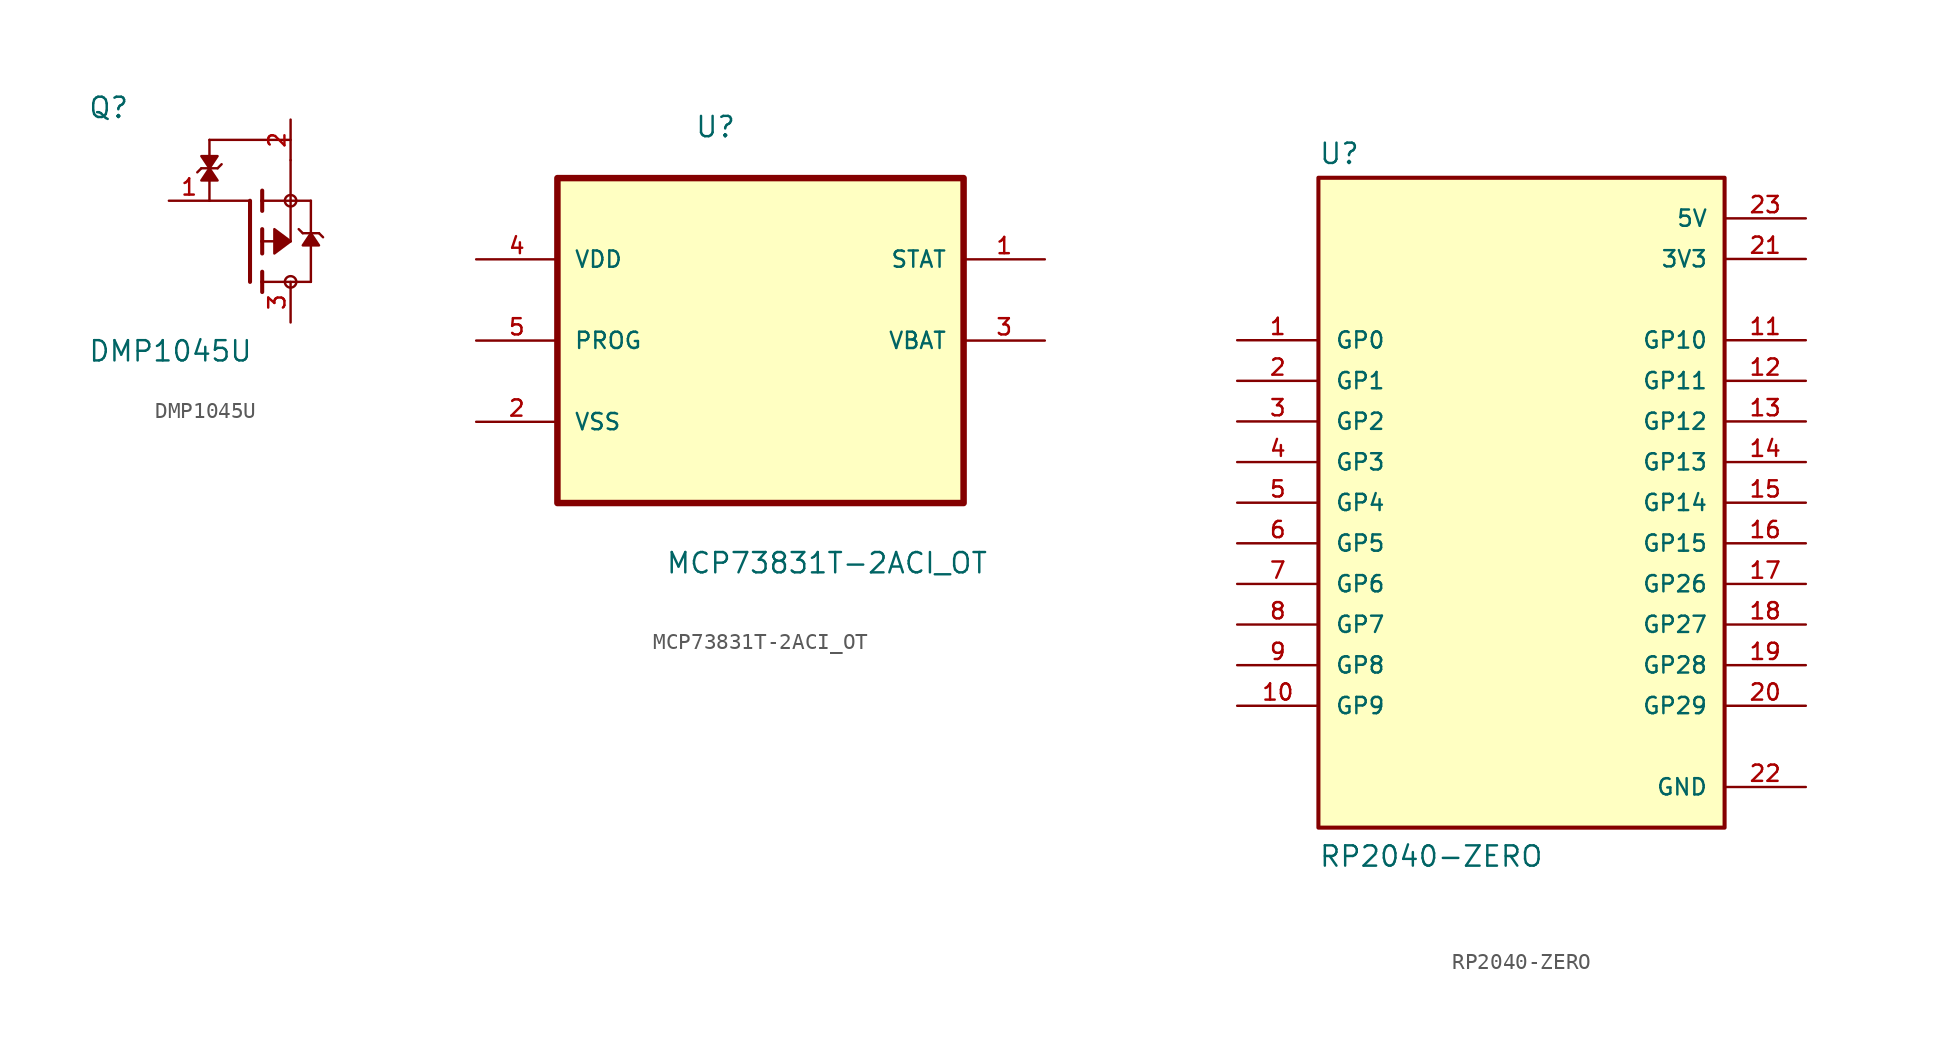
<source format=kicad_sym>
(kicad_symbol_lib
  (version 20231120)
  (generator "kicad_symbol_editor")
  (generator_version "8.0")
  (symbol "DMP1045U"
    (pin_names
      (offset 1.016))
    (property "Reference" "Q"
      (at -10.16 7.62 0)
      (effects (font (size 1.27 1.27)) (justify left bottom)))
    (property "Value" "DMP1045U"
      (at -10.16 -7.62 0)
      (effects (font (size 1.27 1.27)) (justify left bottom)))
    (symbol "DMP1045U_0_0"
      (polyline (pts (xy -3.048 4.572) (xy -3.302 4.318)) (stroke (width 0.152) (type default)) (fill (type none)))
      (polyline (pts (xy -2.54 2.54) (xy -2.54 4.572)) (stroke (width 0.152) (type default)) (fill (type none)))
      (polyline (pts (xy -2.54 2.54) (xy 0 2.54)) (stroke (width 0.152) (type default)) (fill (type none)))
      (polyline (pts (xy -2.54 4.572) (xy -3.048 4.572)) (stroke (width 0.152) (type default)) (fill (type none)))
      (polyline (pts (xy -2.54 6.35) (xy -2.54 5.334)) (stroke (width 0.152) (type default)) (fill (type none)))
      (polyline (pts (xy -2.54 6.35) (xy 2.54 6.35)) (stroke (width 0.152) (type default)) (fill (type none)))
      (polyline (pts (xy -2.032 4.572) (xy -2.54 4.572)) (stroke (width 0.152) (type default)) (fill (type none)))
      (polyline (pts (xy -1.778 4.826) (xy -2.032 4.572)) (stroke (width 0.152) (type default)) (fill (type none)))
      (polyline (pts (xy 0 -2.54) (xy 0 2.54)) (stroke (width 0.254) (type default)) (fill (type none)))
      (polyline (pts (xy 0.762 -3.175) (xy 0.762 -2.54)) (stroke (width 0.254) (type default)) (fill (type none)))
      (polyline (pts (xy 0.762 -2.54) (xy 0.762 -1.905)) (stroke (width 0.254) (type default)) (fill (type none)))
      (polyline (pts (xy 0.762 -2.54) (xy 3.81 -2.54)) (stroke (width 0.152) (type default)) (fill (type none)))
      (polyline (pts (xy 0.762 -0.762) (xy 0.762 0)) (stroke (width 0.254) (type default)) (fill (type none)))
      (polyline (pts (xy 0.762 0) (xy 0.762 0.762)) (stroke (width 0.254) (type default)) (fill (type none)))
      (polyline (pts (xy 0.762 0) (xy 2.54 0)) (stroke (width 0.152) (type default)) (fill (type none)))
      (polyline (pts (xy 0.762 1.905) (xy 0.762 2.54)) (stroke (width 0.254) (type default)) (fill (type none)))
      (polyline (pts (xy 0.762 2.54) (xy 0.762 3.175)) (stroke (width 0.254) (type default)) (fill (type none)))
      (polyline (pts (xy 2.54 0) (xy 2.54 2.54)) (stroke (width 0.152) (type default)) (fill (type none)))
      (polyline (pts (xy 2.54 2.54) (xy 0.762 2.54)) (stroke (width 0.152) (type default)) (fill (type none)))
      (polyline (pts (xy 2.54 2.54) (xy 2.54 5.08)) (stroke (width 0.152) (type default)) (fill (type none)))
      (polyline (pts (xy 2.54 2.54) (xy 3.81 2.54)) (stroke (width 0.152) (type default)) (fill (type none)))
      (polyline (pts (xy 3.048 0.762) (xy 3.302 0.508)) (stroke (width 0.152) (type default)) (fill (type none)))
      (polyline (pts (xy 3.302 0.508) (xy 3.81 0.508)) (stroke (width 0.152) (type default)) (fill (type none)))
      (polyline (pts (xy 3.81 -2.54) (xy 3.81 0.508)) (stroke (width 0.152) (type default)) (fill (type none)))
      (polyline (pts (xy 3.81 0.508) (xy 3.81 2.54)) (stroke (width 0.152) (type default)) (fill (type none)))
      (polyline (pts (xy 3.81 0.508) (xy 4.318 0.508)) (stroke (width 0.152) (type default)) (fill (type none)))
      (polyline (pts (xy 4.318 0.508) (xy 4.572 0.254)) (stroke (width 0.152) (type default)) (fill (type none)))
      (polyline (pts (xy -2.54 4.572) (xy -3.048 5.334) (xy -2.032 5.334) (xy -2.54 4.572)) (stroke (width 0.152) (type default)) (fill (type outline)))
      (polyline (pts (xy -2.54 4.572) (xy -2.032 3.81) (xy -3.048 3.81) (xy -2.54 4.572)) (stroke (width 0.152) (type default)) (fill (type outline)))
      (polyline (pts (xy 2.54 0) (xy 1.524 0.762) (xy 1.524 -0.762) (xy 2.54 0)) (stroke (width 0.152) (type default)) (fill (type outline)))
      (polyline (pts (xy 3.81 0.508) (xy 4.318 -0.254) (xy 3.302 -0.254) (xy 3.81 0.508)) (stroke (width 0.152) (type default)) (fill (type outline)))
      (circle (center 2.54 -2.54) (radius 0.359) (stroke (width 0) (type default)) (fill (type none)))
      (circle (center 2.54 2.54) (radius 0.359) (stroke (width 0) (type default)) (fill (type none)))
      (pin passive line (at -5.08 2.54 0) (length 2.54) (name "~" (effects (font (size 1.016 1.016)))) (number "1" (effects (font (size 1.016 1.016)))))
      (pin passive line (at 2.54 7.62 270) (length 2.54) (name "~" (effects (font (size 1.016 1.016)))) (number "2" (effects (font (size 1.016 1.016)))))
      (pin passive line (at 2.54 -5.08 90) (length 2.54) (name "~" (effects (font (size 1.016 1.016)))) (number "3" (effects (font (size 1.016 1.016)))))))
  (symbol "MCP73831T-2ACI_OT"
    (pin_names
      (offset 1.016))
    (property "Reference" "U"
      (at -4.123 10.078 0)
      (effects (font (size 1.27 1.27)) (justify left bottom)))
    (property "Value" "MCP73831T-2ACI_OT"
      (at -5.953 -17.196 0)
      (effects (font (size 1.27 1.27)) (justify left bottom)))
    (symbol "MCP73831T-2ACI_OT_0_0"
      (rectangle (start -12.7 -12.7) (end 12.7 7.62) (stroke (width 0.406) (type default)) (fill (type background)))
      (pin output line (at 17.78 2.54 180) (length 5.08) (name "STAT" (effects (font (size 1.016 1.016)))) (number "1" (effects (font (size 1.016 1.016)))))
      (pin power_in line (at -17.78 -7.62 0) (length 5.08) (name "VSS" (effects (font (size 1.016 1.016)))) (number "2" (effects (font (size 1.016 1.016)))))
      (pin output line (at 17.78 -2.54 180) (length 5.08) (name "VBAT" (effects (font (size 1.016 1.016)))) (number "3" (effects (font (size 1.016 1.016)))))
      (pin power_in line (at -17.78 2.54 0) (length 5.08) (name "VDD" (effects (font (size 1.016 1.016)))) (number "4" (effects (font (size 1.016 1.016)))))
      (pin input line (at -17.78 -2.54 0) (length 5.08) (name "PROG" (effects (font (size 1.016 1.016)))) (number "5" (effects (font (size 1.016 1.016)))))))
  (symbol "RP2040-ZERO"
    (pin_names
      (offset 1.016))
    (property "Reference" "U"
      (at -12.7 21.082 0)
      (effects (font (size 1.27 1.27)) (justify left bottom)))
    (property "Value" "RP2040-ZERO"
      (at -12.7 -22.86 0)
      (effects (font (size 1.27 1.27)) (justify left bottom)))
    (symbol "RP2040-ZERO_0_0"
      (rectangle (start -12.7 -20.32) (end 12.7 20.32) (stroke (width 0.254) (type default)) (fill (type background)))
      (pin bidirectional line (at -17.78 10.16 0) (length 5.08) (name "GP0" (effects (font (size 1.016 1.016)))) (number "1" (effects (font (size 1.016 1.016)))))
      (pin bidirectional line (at -17.78 -12.7 0) (length 5.08) (name "GP9" (effects (font (size 1.016 1.016)))) (number "10" (effects (font (size 1.016 1.016)))))
      (pin bidirectional line (at 17.78 10.16 180) (length 5.08) (name "GP10" (effects (font (size 1.016 1.016)))) (number "11" (effects (font (size 1.016 1.016)))))
      (pin bidirectional line (at 17.78 7.62 180) (length 5.08) (name "GP11" (effects (font (size 1.016 1.016)))) (number "12" (effects (font (size 1.016 1.016)))))
      (pin bidirectional line (at 17.78 5.08 180) (length 5.08) (name "GP12" (effects (font (size 1.016 1.016)))) (number "13" (effects (font (size 1.016 1.016)))))
      (pin bidirectional line (at 17.78 2.54 180) (length 5.08) (name "GP13" (effects (font (size 1.016 1.016)))) (number "14" (effects (font (size 1.016 1.016)))))
      (pin bidirectional line (at 17.78 0 180) (length 5.08) (name "GP14" (effects (font (size 1.016 1.016)))) (number "15" (effects (font (size 1.016 1.016)))))
      (pin bidirectional line (at 17.78 -2.54 180) (length 5.08) (name "GP15" (effects (font (size 1.016 1.016)))) (number "16" (effects (font (size 1.016 1.016)))))
      (pin bidirectional line (at 17.78 -5.08 180) (length 5.08) (name "GP26" (effects (font (size 1.016 1.016)))) (number "17" (effects (font (size 1.016 1.016)))))
      (pin bidirectional line (at 17.78 -7.62 180) (length 5.08) (name "GP27" (effects (font (size 1.016 1.016)))) (number "18" (effects (font (size 1.016 1.016)))))
      (pin bidirectional line (at 17.78 -10.16 180) (length 5.08) (name "GP28" (effects (font (size 1.016 1.016)))) (number "19" (effects (font (size 1.016 1.016)))))
      (pin bidirectional line (at -17.78 7.62 0) (length 5.08) (name "GP1" (effects (font (size 1.016 1.016)))) (number "2" (effects (font (size 1.016 1.016)))))
      (pin bidirectional line (at 17.78 -12.7 180) (length 5.08) (name "GP29" (effects (font (size 1.016 1.016)))) (number "20" (effects (font (size 1.016 1.016)))))
      (pin power_in line (at 17.78 15.24 180) (length 5.08) (name "3V3" (effects (font (size 1.016 1.016)))) (number "21" (effects (font (size 1.016 1.016)))))
      (pin power_in line (at 17.78 -17.78 180) (length 5.08) (name "GND" (effects (font (size 1.016 1.016)))) (number "22" (effects (font (size 1.016 1.016)))))
      (pin power_in line (at 17.78 17.78 180) (length 5.08) (name "5V" (effects (font (size 1.016 1.016)))) (number "23" (effects (font (size 1.016 1.016)))))
      (pin bidirectional line (at -17.78 5.08 0) (length 5.08) (name "GP2" (effects (font (size 1.016 1.016)))) (number "3" (effects (font (size 1.016 1.016)))))
      (pin bidirectional line (at -17.78 2.54 0) (length 5.08) (name "GP3" (effects (font (size 1.016 1.016)))) (number "4" (effects (font (size 1.016 1.016)))))
      (pin bidirectional line (at -17.78 0 0) (length 5.08) (name "GP4" (effects (font (size 1.016 1.016)))) (number "5" (effects (font (size 1.016 1.016)))))
      (pin bidirectional line (at -17.78 -2.54 0) (length 5.08) (name "GP5" (effects (font (size 1.016 1.016)))) (number "6" (effects (font (size 1.016 1.016)))))
      (pin bidirectional line (at -17.78 -5.08 0) (length 5.08) (name "GP6" (effects (font (size 1.016 1.016)))) (number "7" (effects (font (size 1.016 1.016)))))
      (pin bidirectional line (at -17.78 -7.62 0) (length 5.08) (name "GP7" (effects (font (size 1.016 1.016)))) (number "8" (effects (font (size 1.016 1.016)))))
      (pin bidirectional line (at -17.78 -10.16 0) (length 5.08) (name "GP8" (effects (font (size 1.016 1.016)))) (number "9" (effects (font (size 1.016 1.016))))))))
</source>
